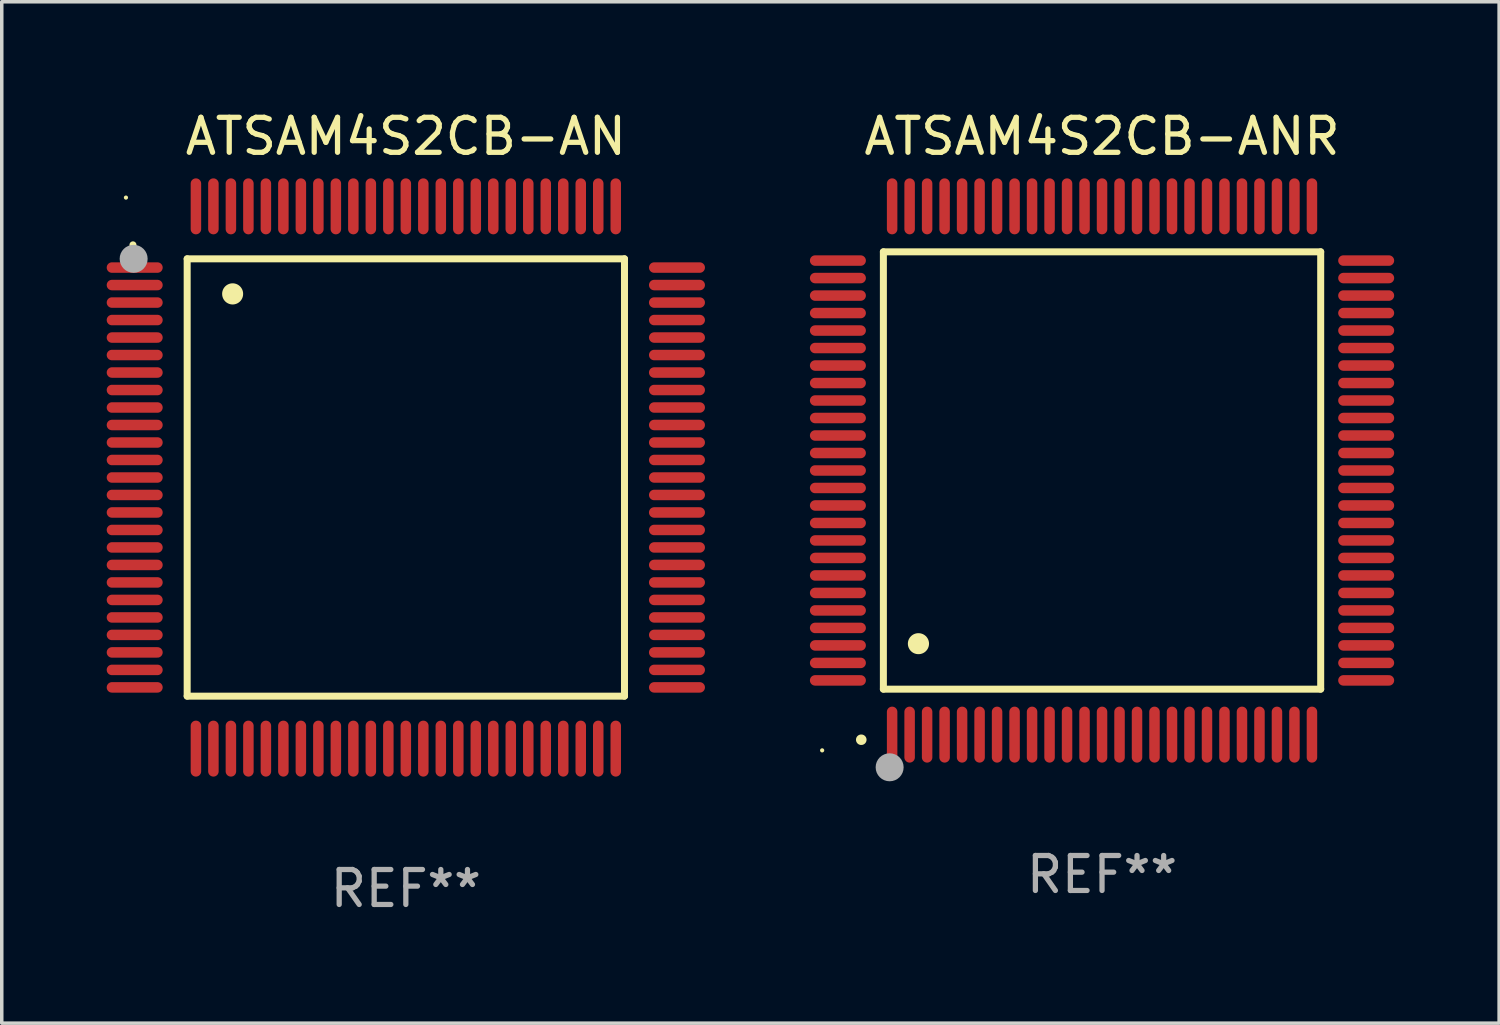
<source format=kicad_pcb>
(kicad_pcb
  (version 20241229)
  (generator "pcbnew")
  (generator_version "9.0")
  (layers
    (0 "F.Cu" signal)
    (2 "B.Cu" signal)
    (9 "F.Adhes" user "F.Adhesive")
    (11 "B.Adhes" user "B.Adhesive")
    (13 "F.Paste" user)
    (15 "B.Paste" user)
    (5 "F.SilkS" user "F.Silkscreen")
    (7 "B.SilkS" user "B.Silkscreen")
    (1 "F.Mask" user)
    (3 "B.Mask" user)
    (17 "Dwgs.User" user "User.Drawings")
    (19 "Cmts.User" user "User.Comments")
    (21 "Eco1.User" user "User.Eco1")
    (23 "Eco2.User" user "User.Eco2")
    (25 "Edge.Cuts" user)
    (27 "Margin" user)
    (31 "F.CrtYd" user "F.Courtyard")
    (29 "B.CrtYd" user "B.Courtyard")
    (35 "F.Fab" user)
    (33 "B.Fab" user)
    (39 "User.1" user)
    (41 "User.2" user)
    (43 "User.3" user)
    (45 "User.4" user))
  (footprint "ATSAM4S2CB-AN"
    (layer "F.Cu")
    (at 8.55 10.598)
    (property "Reference" "ATSAM4S2CB-AN" (at 0 -9.75 0) (layer "F.SilkS") (effects (font (size 1 1) (thickness 0.15))))
    (attr through_hole)
    (fp_line (start -6.25 -6.25) (end -6.25 6.25) (stroke (width 0.2) (type solid)) (layer "F.SilkS"))
    (fp_line (start -6.25 6.25) (end 6.25 6.25) (stroke (width 0.2) (type solid)) (layer "F.SilkS"))
    (fp_line (start 6.25 -6.25) (end -6.25 -6.25) (stroke (width 0.2) (type solid)) (layer "F.SilkS"))
    (fp_line (start 6.25 6.25) (end 6.25 -6.25) (stroke (width 0.2) (type solid)) (layer "F.SilkS"))
    (fp_arc (start -7.799568 -6.647625) (mid -7.799571 -6.648463) (end -7.799568 -6.649301) (stroke (width 0.2) (type solid)) (layer "F.SilkS"))
    (fp_arc (start -4.95047 -5.245111) (mid -4.950481 -5.247651) (end -4.95047 -5.250191) (stroke (width 0.6) (type solid)) (layer "F.SilkS"))
    (fp_circle (center -8 -8) (end -7.97 -8) (stroke (width 0.06) (type solid)) (fill no) (layer "F.SilkS"))
    (fp_circle (center -7.78 -6.25) (end -7.58 -6.25) (stroke (width 0.4) (type solid)) (fill no) (layer "F.Fab"))
    (fp_text user "REF**" (at 0 11.75 0) (layer "F.Fab") (effects (font (size 1 1) (thickness 0.15))))
    (pad "1" smd oval (at -7.75 -6 90) (size 0.3 1.6) (layers "F.Cu" "F.Mask" "F.Paste"))
    (pad "2" smd oval (at -7.75 -5.5 90) (size 0.3 1.6) (layers "F.Cu" "F.Mask" "F.Paste"))
    (pad "3" smd oval (at -7.75 -5 90) (size 0.3 1.6) (layers "F.Cu" "F.Mask" "F.Paste"))
    (pad "4" smd oval (at -7.75 -4.5 90) (size 0.3 1.6) (layers "F.Cu" "F.Mask" "F.Paste"))
    (pad "5" smd oval (at -7.75 -4 90) (size 0.3 1.6) (layers "F.Cu" "F.Mask" "F.Paste"))
    (pad "6" smd oval (at -7.75 -3.5 90) (size 0.3 1.6) (layers "F.Cu" "F.Mask" "F.Paste"))
    (pad "7" smd oval (at -7.75 -3 90) (size 0.3 1.6) (layers "F.Cu" "F.Mask" "F.Paste"))
    (pad "8" smd oval (at -7.75 -2.5 90) (size 0.3 1.6) (layers "F.Cu" "F.Mask" "F.Paste"))
    (pad "9" smd oval (at -7.75 -2 90) (size 0.3 1.6) (layers "F.Cu" "F.Mask" "F.Paste"))
    (pad "10" smd oval (at -7.75 -1.5 90) (size 0.3 1.6) (layers "F.Cu" "F.Mask" "F.Paste"))
    (pad "11" smd oval (at -7.75 -1 90) (size 0.3 1.6) (layers "F.Cu" "F.Mask" "F.Paste"))
    (pad "12" smd oval (at -7.75 -0.5 90) (size 0.3 1.6) (layers "F.Cu" "F.Mask" "F.Paste"))
    (pad "13" smd oval (at -7.75 0 90) (size 0.3 1.6) (layers "F.Cu" "F.Mask" "F.Paste"))
    (pad "14" smd oval (at -7.75 0.5 90) (size 0.3 1.6) (layers "F.Cu" "F.Mask" "F.Paste"))
    (pad "15" smd oval (at -7.75 1 90) (size 0.3 1.6) (layers "F.Cu" "F.Mask" "F.Paste"))
    (pad "16" smd oval (at -7.75 1.5 90) (size 0.3 1.6) (layers "F.Cu" "F.Mask" "F.Paste"))
    (pad "17" smd oval (at -7.75 2 90) (size 0.3 1.6) (layers "F.Cu" "F.Mask" "F.Paste"))
    (pad "18" smd oval (at -7.75 2.5 90) (size 0.3 1.6) (layers "F.Cu" "F.Mask" "F.Paste"))
    (pad "19" smd oval (at -7.75 3 90) (size 0.3 1.6) (layers "F.Cu" "F.Mask" "F.Paste"))
    (pad "20" smd oval (at -7.75 3.5 90) (size 0.3 1.6) (layers "F.Cu" "F.Mask" "F.Paste"))
    (pad "21" smd oval (at -7.75 4 90) (size 0.3 1.6) (layers "F.Cu" "F.Mask" "F.Paste"))
    (pad "22" smd oval (at -7.75 4.5 90) (size 0.3 1.6) (layers "F.Cu" "F.Mask" "F.Paste"))
    (pad "23" smd oval (at -7.75 5 90) (size 0.3 1.6) (layers "F.Cu" "F.Mask" "F.Paste"))
    (pad "24" smd oval (at -7.75 5.5 90) (size 0.3 1.6) (layers "F.Cu" "F.Mask" "F.Paste"))
    (pad "25" smd oval (at -7.75 6 90) (size 0.3 1.6) (layers "F.Cu" "F.Mask" "F.Paste"))
    (pad "26" smd oval (at -6 7.75) (size 0.3 1.6) (layers "F.Cu" "F.Mask" "F.Paste"))
    (pad "27" smd oval (at -5.5 7.75) (size 0.3 1.6) (layers "F.Cu" "F.Mask" "F.Paste"))
    (pad "28" smd oval (at -5 7.75) (size 0.3 1.6) (layers "F.Cu" "F.Mask" "F.Paste"))
    (pad "29" smd oval (at -4.5 7.75) (size 0.3 1.6) (layers "F.Cu" "F.Mask" "F.Paste"))
    (pad "30" smd oval (at -4 7.75) (size 0.3 1.6) (layers "F.Cu" "F.Mask" "F.Paste"))
    (pad "31" smd oval (at -3.5 7.75) (size 0.3 1.6) (layers "F.Cu" "F.Mask" "F.Paste"))
    (pad "32" smd oval (at -3 7.75) (size 0.3 1.6) (layers "F.Cu" "F.Mask" "F.Paste"))
    (pad "33" smd oval (at -2.5 7.75) (size 0.3 1.6) (layers "F.Cu" "F.Mask" "F.Paste"))
    (pad "34" smd oval (at -2 7.75) (size 0.3 1.6) (layers "F.Cu" "F.Mask" "F.Paste"))
    (pad "35" smd oval (at -1.5 7.75) (size 0.3 1.6) (layers "F.Cu" "F.Mask" "F.Paste"))
    (pad "36" smd oval (at -1 7.75) (size 0.3 1.6) (layers "F.Cu" "F.Mask" "F.Paste"))
    (pad "37" smd oval (at -0.5 7.75) (size 0.3 1.6) (layers "F.Cu" "F.Mask" "F.Paste"))
    (pad "38" smd oval (at 0 7.75) (size 0.3 1.6) (layers "F.Cu" "F.Mask" "F.Paste"))
    (pad "39" smd oval (at 0.5 7.75) (size 0.3 1.6) (layers "F.Cu" "F.Mask" "F.Paste"))
    (pad "40" smd oval (at 1 7.75) (size 0.3 1.6) (layers "F.Cu" "F.Mask" "F.Paste"))
    (pad "41" smd oval (at 1.5 7.75) (size 0.3 1.6) (layers "F.Cu" "F.Mask" "F.Paste"))
    (pad "42" smd oval (at 2 7.75) (size 0.3 1.6) (layers "F.Cu" "F.Mask" "F.Paste"))
    (pad "43" smd oval (at 2.5 7.75) (size 0.3 1.6) (layers "F.Cu" "F.Mask" "F.Paste"))
    (pad "44" smd oval (at 3 7.75) (size 0.3 1.6) (layers "F.Cu" "F.Mask" "F.Paste"))
    (pad "45" smd oval (at 3.5 7.75) (size 0.3 1.6) (layers "F.Cu" "F.Mask" "F.Paste"))
    (pad "46" smd oval (at 4 7.75) (size 0.3 1.6) (layers "F.Cu" "F.Mask" "F.Paste"))
    (pad "47" smd oval (at 4.5 7.75) (size 0.3 1.6) (layers "F.Cu" "F.Mask" "F.Paste"))
    (pad "48" smd oval (at 5 7.75) (size 0.3 1.6) (layers "F.Cu" "F.Mask" "F.Paste"))
    (pad "49" smd oval (at 5.5 7.75) (size 0.3 1.6) (layers "F.Cu" "F.Mask" "F.Paste"))
    (pad "50" smd oval (at 6 7.75) (size 0.3 1.6) (layers "F.Cu" "F.Mask" "F.Paste"))
    (pad "51" smd oval (at 7.75 6 90) (size 0.3 1.6) (layers "F.Cu" "F.Mask" "F.Paste"))
    (pad "52" smd oval (at 7.75 5.5 90) (size 0.3 1.6) (layers "F.Cu" "F.Mask" "F.Paste"))
    (pad "53" smd oval (at 7.75 5 90) (size 0.3 1.6) (layers "F.Cu" "F.Mask" "F.Paste"))
    (pad "54" smd oval (at 7.75 4.5 90) (size 0.3 1.6) (layers "F.Cu" "F.Mask" "F.Paste"))
    (pad "55" smd oval (at 7.75 4 90) (size 0.3 1.6) (layers "F.Cu" "F.Mask" "F.Paste"))
    (pad "56" smd oval (at 7.75 3.5 90) (size 0.3 1.6) (layers "F.Cu" "F.Mask" "F.Paste"))
    (pad "57" smd oval (at 7.75 3 90) (size 0.3 1.6) (layers "F.Cu" "F.Mask" "F.Paste"))
    (pad "58" smd oval (at 7.75 2.5 90) (size 0.3 1.6) (layers "F.Cu" "F.Mask" "F.Paste"))
    (pad "59" smd oval (at 7.75 2 90) (size 0.3 1.6) (layers "F.Cu" "F.Mask" "F.Paste"))
    (pad "60" smd oval (at 7.75 1.5 90) (size 0.3 1.6) (layers "F.Cu" "F.Mask" "F.Paste"))
    (pad "61" smd oval (at 7.75 1 90) (size 0.3 1.6) (layers "F.Cu" "F.Mask" "F.Paste"))
    (pad "62" smd oval (at 7.75 0.5 90) (size 0.3 1.6) (layers "F.Cu" "F.Mask" "F.Paste"))
    (pad "63" smd oval (at 7.75 0 90) (size 0.3 1.6) (layers "F.Cu" "F.Mask" "F.Paste"))
    (pad "64" smd oval (at 7.75 -0.5 90) (size 0.3 1.6) (layers "F.Cu" "F.Mask" "F.Paste"))
    (pad "65" smd oval (at 7.75 -1 90) (size 0.3 1.6) (layers "F.Cu" "F.Mask" "F.Paste"))
    (pad "66" smd oval (at 7.75 -1.5 90) (size 0.3 1.6) (layers "F.Cu" "F.Mask" "F.Paste"))
    (pad "67" smd oval (at 7.75 -2 90) (size 0.3 1.6) (layers "F.Cu" "F.Mask" "F.Paste"))
    (pad "68" smd oval (at 7.75 -2.5 90) (size 0.3 1.6) (layers "F.Cu" "F.Mask" "F.Paste"))
    (pad "69" smd oval (at 7.75 -3 90) (size 0.3 1.6) (layers "F.Cu" "F.Mask" "F.Paste"))
    (pad "70" smd oval (at 7.75 -3.5 90) (size 0.3 1.6) (layers "F.Cu" "F.Mask" "F.Paste"))
    (pad "71" smd oval (at 7.75 -4 90) (size 0.3 1.6) (layers "F.Cu" "F.Mask" "F.Paste"))
    (pad "72" smd oval (at 7.75 -4.5 90) (size 0.3 1.6) (layers "F.Cu" "F.Mask" "F.Paste"))
    (pad "73" smd oval (at 7.75 -5 90) (size 0.3 1.6) (layers "F.Cu" "F.Mask" "F.Paste"))
    (pad "74" smd oval (at 7.75 -5.5 90) (size 0.3 1.6) (layers "F.Cu" "F.Mask" "F.Paste"))
    (pad "75" smd oval (at 7.75 -6 90) (size 0.3 1.6) (layers "F.Cu" "F.Mask" "F.Paste"))
    (pad "76" smd oval (at 6 -7.75) (size 0.3 1.6) (layers "F.Cu" "F.Mask" "F.Paste"))
    (pad "77" smd oval (at 5.5 -7.75) (size 0.3 1.6) (layers "F.Cu" "F.Mask" "F.Paste"))
    (pad "78" smd oval (at 5 -7.75) (size 0.3 1.6) (layers "F.Cu" "F.Mask" "F.Paste"))
    (pad "79" smd oval (at 4.5 -7.75) (size 0.3 1.6) (layers "F.Cu" "F.Mask" "F.Paste"))
    (pad "80" smd oval (at 4 -7.75) (size 0.3 1.6) (layers "F.Cu" "F.Mask" "F.Paste"))
    (pad "81" smd oval (at 3.5 -7.75) (size 0.3 1.6) (layers "F.Cu" "F.Mask" "F.Paste"))
    (pad "82" smd oval (at 3 -7.75) (size 0.3 1.6) (layers "F.Cu" "F.Mask" "F.Paste"))
    (pad "83" smd oval (at 2.5 -7.75) (size 0.3 1.6) (layers "F.Cu" "F.Mask" "F.Paste"))
    (pad "84" smd oval (at 2 -7.75) (size 0.3 1.6) (layers "F.Cu" "F.Mask" "F.Paste"))
    (pad "85" smd oval (at 1.5 -7.75) (size 0.3 1.6) (layers "F.Cu" "F.Mask" "F.Paste"))
    (pad "86" smd oval (at 1 -7.75) (size 0.3 1.6) (layers "F.Cu" "F.Mask" "F.Paste"))
    (pad "87" smd oval (at 0.5 -7.75) (size 0.3 1.6) (layers "F.Cu" "F.Mask" "F.Paste"))
    (pad "88" smd oval (at 0 -7.75) (size 0.3 1.6) (layers "F.Cu" "F.Mask" "F.Paste"))
    (pad "89" smd oval (at -0.5 -7.75) (size 0.3 1.6) (layers "F.Cu" "F.Mask" "F.Paste"))
    (pad "90" smd oval (at -1 -7.75) (size 0.3 1.6) (layers "F.Cu" "F.Mask" "F.Paste"))
    (pad "91" smd oval (at -1.5 -7.75) (size 0.3 1.6) (layers "F.Cu" "F.Mask" "F.Paste"))
    (pad "92" smd oval (at -2 -7.75) (size 0.3 1.6) (layers "F.Cu" "F.Mask" "F.Paste"))
    (pad "93" smd oval (at -2.5 -7.75) (size 0.3 1.6) (layers "F.Cu" "F.Mask" "F.Paste"))
    (pad "94" smd oval (at -3 -7.75) (size 0.3 1.6) (layers "F.Cu" "F.Mask" "F.Paste"))
    (pad "95" smd oval (at -3.5 -7.75) (size 0.3 1.6) (layers "F.Cu" "F.Mask" "F.Paste"))
    (pad "96" smd oval (at -4 -7.75) (size 0.3 1.6) (layers "F.Cu" "F.Mask" "F.Paste"))
    (pad "97" smd oval (at -4.5 -7.75) (size 0.3 1.6) (layers "F.Cu" "F.Mask" "F.Paste"))
    (pad "98" smd oval (at -5 -7.75) (size 0.3 1.6) (layers "F.Cu" "F.Mask" "F.Paste"))
    (pad "99" smd oval (at -5.5 -7.75) (size 0.3 1.6) (layers "F.Cu" "F.Mask" "F.Paste"))
    (pad "100" smd oval (at -6 -7.75) (size 0.3 1.6) (layers "F.Cu" "F.Mask" "F.Paste")))
  (footprint "ATSAM4S2CB-ANR"
    (layer "F.Cu")
    (at 28.45 10.398)
    (property "Reference" "ATSAM4S2CB-ANR" (at 0 -9.55 0) (layer "F.SilkS") (effects (font (size 1 1) (thickness 0.15))))
    (attr through_hole)
    (fp_line (start -6.25 -6.25) (end -6.25 6.25) (stroke (width 0.2) (type solid)) (layer "F.SilkS"))
    (fp_line (start -6.25 6.25) (end 6.25 6.25) (stroke (width 0.2) (type solid)) (layer "F.SilkS"))
    (fp_line (start 6.25 -6.25) (end -6.25 -6.25) (stroke (width 0.2) (type solid)) (layer "F.SilkS"))
    (fp_line (start 6.25 6.25) (end 6.25 -6.25) (stroke (width 0.2) (type solid)) (layer "F.SilkS"))
    (fp_arc (start -6.883414 7.696215) (mid -6.882144 7.69621) (end -6.880874 7.696215) (stroke (width 0.3) (type solid)) (layer "F.SilkS"))
    (fp_arc (start -5.250191 4.95047) (mid -5.247651 4.950459) (end -5.245111 4.95047) (stroke (width 0.6) (type solid)) (layer "F.SilkS"))
    (fp_circle (center -8 8) (end -7.97 8) (stroke (width 0.06) (type solid)) (fill no) (layer "F.SilkS"))
    (fp_circle (center -6.071 8.484) (end -5.871 8.484) (stroke (width 0.4) (type solid)) (fill no) (layer "F.Fab"))
    (fp_text user "REF**" (at 0 11.55 0) (layer "F.Fab") (effects (font (size 1 1) (thickness 0.15))))
    (pad "1" smd oval (at -6 7.55) (size 0.3 1.6) (layers "F.Cu" "F.Mask" "F.Paste"))
    (pad "2" smd oval (at -5.5 7.55) (size 0.3 1.6) (layers "F.Cu" "F.Mask" "F.Paste"))
    (pad "3" smd oval (at -5 7.55) (size 0.3 1.6) (layers "F.Cu" "F.Mask" "F.Paste"))
    (pad "4" smd oval (at -4.5 7.55) (size 0.3 1.6) (layers "F.Cu" "F.Mask" "F.Paste"))
    (pad "5" smd oval (at -4 7.55) (size 0.3 1.6) (layers "F.Cu" "F.Mask" "F.Paste"))
    (pad "6" smd oval (at -3.5 7.55) (size 0.3 1.6) (layers "F.Cu" "F.Mask" "F.Paste"))
    (pad "7" smd oval (at -3 7.55) (size 0.3 1.6) (layers "F.Cu" "F.Mask" "F.Paste"))
    (pad "8" smd oval (at -2.5 7.55) (size 0.3 1.6) (layers "F.Cu" "F.Mask" "F.Paste"))
    (pad "9" smd oval (at -2 7.55) (size 0.3 1.6) (layers "F.Cu" "F.Mask" "F.Paste"))
    (pad "10" smd oval (at -1.5 7.55) (size 0.3 1.6) (layers "F.Cu" "F.Mask" "F.Paste"))
    (pad "11" smd oval (at -1 7.55) (size 0.3 1.6) (layers "F.Cu" "F.Mask" "F.Paste"))
    (pad "12" smd oval (at -0.5 7.55) (size 0.3 1.6) (layers "F.Cu" "F.Mask" "F.Paste"))
    (pad "13" smd oval (at 0 7.55) (size 0.3 1.6) (layers "F.Cu" "F.Mask" "F.Paste"))
    (pad "14" smd oval (at 0.5 7.55) (size 0.3 1.6) (layers "F.Cu" "F.Mask" "F.Paste"))
    (pad "15" smd oval (at 1 7.55) (size 0.3 1.6) (layers "F.Cu" "F.Mask" "F.Paste"))
    (pad "16" smd oval (at 1.5 7.55) (size 0.3 1.6) (layers "F.Cu" "F.Mask" "F.Paste"))
    (pad "17" smd oval (at 2 7.55) (size 0.3 1.6) (layers "F.Cu" "F.Mask" "F.Paste"))
    (pad "18" smd oval (at 2.5 7.55) (size 0.3 1.6) (layers "F.Cu" "F.Mask" "F.Paste"))
    (pad "19" smd oval (at 3 7.55) (size 0.3 1.6) (layers "F.Cu" "F.Mask" "F.Paste"))
    (pad "20" smd oval (at 3.5 7.55) (size 0.3 1.6) (layers "F.Cu" "F.Mask" "F.Paste"))
    (pad "21" smd oval (at 4 7.55) (size 0.3 1.6) (layers "F.Cu" "F.Mask" "F.Paste"))
    (pad "22" smd oval (at 4.5 7.55) (size 0.3 1.6) (layers "F.Cu" "F.Mask" "F.Paste"))
    (pad "23" smd oval (at 5 7.55) (size 0.3 1.6) (layers "F.Cu" "F.Mask" "F.Paste"))
    (pad "24" smd oval (at 5.5 7.55) (size 0.3 1.6) (layers "F.Cu" "F.Mask" "F.Paste"))
    (pad "25" smd oval (at 6 7.55) (size 0.3 1.6) (layers "F.Cu" "F.Mask" "F.Paste"))
    (pad "26" smd oval (at 7.55 6) (size 1.6 0.3) (layers "F.Cu" "F.Mask" "F.Paste"))
    (pad "27" smd oval (at 7.55 5.5) (size 1.6 0.3) (layers "F.Cu" "F.Mask" "F.Paste"))
    (pad "28" smd oval (at 7.55 5) (size 1.6 0.3) (layers "F.Cu" "F.Mask" "F.Paste"))
    (pad "29" smd oval (at 7.55 4.5) (size 1.6 0.3) (layers "F.Cu" "F.Mask" "F.Paste"))
    (pad "30" smd oval (at 7.55 4) (size 1.6 0.3) (layers "F.Cu" "F.Mask" "F.Paste"))
    (pad "31" smd oval (at 7.55 3.5) (size 1.6 0.3) (layers "F.Cu" "F.Mask" "F.Paste"))
    (pad "32" smd oval (at 7.55 3) (size 1.6 0.3) (layers "F.Cu" "F.Mask" "F.Paste"))
    (pad "33" smd oval (at 7.55 2.5) (size 1.6 0.3) (layers "F.Cu" "F.Mask" "F.Paste"))
    (pad "34" smd oval (at 7.55 2) (size 1.6 0.3) (layers "F.Cu" "F.Mask" "F.Paste"))
    (pad "35" smd oval (at 7.55 1.5) (size 1.6 0.3) (layers "F.Cu" "F.Mask" "F.Paste"))
    (pad "36" smd oval (at 7.55 1) (size 1.6 0.3) (layers "F.Cu" "F.Mask" "F.Paste"))
    (pad "37" smd oval (at 7.55 0.5) (size 1.6 0.3) (layers "F.Cu" "F.Mask" "F.Paste"))
    (pad "38" smd oval (at 7.55 0) (size 1.6 0.3) (layers "F.Cu" "F.Mask" "F.Paste"))
    (pad "39" smd oval (at 7.55 -0.5) (size 1.6 0.3) (layers "F.Cu" "F.Mask" "F.Paste"))
    (pad "40" smd oval (at 7.55 -1) (size 1.6 0.3) (layers "F.Cu" "F.Mask" "F.Paste"))
    (pad "41" smd oval (at 7.55 -1.5) (size 1.6 0.3) (layers "F.Cu" "F.Mask" "F.Paste"))
    (pad "42" smd oval (at 7.55 -2) (size 1.6 0.3) (layers "F.Cu" "F.Mask" "F.Paste"))
    (pad "43" smd oval (at 7.55 -2.5) (size 1.6 0.3) (layers "F.Cu" "F.Mask" "F.Paste"))
    (pad "44" smd oval (at 7.55 -3) (size 1.6 0.3) (layers "F.Cu" "F.Mask" "F.Paste"))
    (pad "45" smd oval (at 7.55 -3.5) (size 1.6 0.3) (layers "F.Cu" "F.Mask" "F.Paste"))
    (pad "46" smd oval (at 7.55 -4) (size 1.6 0.3) (layers "F.Cu" "F.Mask" "F.Paste"))
    (pad "47" smd oval (at 7.55 -4.5) (size 1.6 0.3) (layers "F.Cu" "F.Mask" "F.Paste"))
    (pad "48" smd oval (at 7.55 -5) (size 1.6 0.3) (layers "F.Cu" "F.Mask" "F.Paste"))
    (pad "49" smd oval (at 7.55 -5.5) (size 1.6 0.3) (layers "F.Cu" "F.Mask" "F.Paste"))
    (pad "50" smd oval (at 7.55 -6) (size 1.6 0.3) (layers "F.Cu" "F.Mask" "F.Paste"))
    (pad "51" smd oval (at 6 -7.55) (size 0.3 1.6) (layers "F.Cu" "F.Mask" "F.Paste"))
    (pad "52" smd oval (at 5.5 -7.55) (size 0.3 1.6) (layers "F.Cu" "F.Mask" "F.Paste"))
    (pad "53" smd oval (at 5 -7.55) (size 0.3 1.6) (layers "F.Cu" "F.Mask" "F.Paste"))
    (pad "54" smd oval (at 4.5 -7.55) (size 0.3 1.6) (layers "F.Cu" "F.Mask" "F.Paste"))
    (pad "55" smd oval (at 4 -7.55) (size 0.3 1.6) (layers "F.Cu" "F.Mask" "F.Paste"))
    (pad "56" smd oval (at 3.5 -7.55) (size 0.3 1.6) (layers "F.Cu" "F.Mask" "F.Paste"))
    (pad "57" smd oval (at 3 -7.55) (size 0.3 1.6) (layers "F.Cu" "F.Mask" "F.Paste"))
    (pad "58" smd oval (at 2.5 -7.55) (size 0.3 1.6) (layers "F.Cu" "F.Mask" "F.Paste"))
    (pad "59" smd oval (at 2 -7.55) (size 0.3 1.6) (layers "F.Cu" "F.Mask" "F.Paste"))
    (pad "60" smd oval (at 1.5 -7.55) (size 0.3 1.6) (layers "F.Cu" "F.Mask" "F.Paste"))
    (pad "61" smd oval (at 1 -7.55) (size 0.3 1.6) (layers "F.Cu" "F.Mask" "F.Paste"))
    (pad "62" smd oval (at 0.5 -7.55) (size 0.3 1.6) (layers "F.Cu" "F.Mask" "F.Paste"))
    (pad "63" smd oval (at 0 -7.55) (size 0.3 1.6) (layers "F.Cu" "F.Mask" "F.Paste"))
    (pad "64" smd oval (at -0.5 -7.55) (size 0.3 1.6) (layers "F.Cu" "F.Mask" "F.Paste"))
    (pad "65" smd oval (at -1 -7.55) (size 0.3 1.6) (layers "F.Cu" "F.Mask" "F.Paste"))
    (pad "66" smd oval (at -1.5 -7.55) (size 0.3 1.6) (layers "F.Cu" "F.Mask" "F.Paste"))
    (pad "67" smd oval (at -2 -7.55) (size 0.3 1.6) (layers "F.Cu" "F.Mask" "F.Paste"))
    (pad "68" smd oval (at -2.5 -7.55) (size 0.3 1.6) (layers "F.Cu" "F.Mask" "F.Paste"))
    (pad "69" smd oval (at -3 -7.55) (size 0.3 1.6) (layers "F.Cu" "F.Mask" "F.Paste"))
    (pad "70" smd oval (at -3.5 -7.55) (size 0.3 1.6) (layers "F.Cu" "F.Mask" "F.Paste"))
    (pad "71" smd oval (at -4 -7.55) (size 0.3 1.6) (layers "F.Cu" "F.Mask" "F.Paste"))
    (pad "72" smd oval (at -4.5 -7.55) (size 0.3 1.6) (layers "F.Cu" "F.Mask" "F.Paste"))
    (pad "73" smd oval (at -5 -7.55) (size 0.3 1.6) (layers "F.Cu" "F.Mask" "F.Paste"))
    (pad "74" smd oval (at -5.5 -7.55) (size 0.3 1.6) (layers "F.Cu" "F.Mask" "F.Paste"))
    (pad "75" smd oval (at -6 -7.55) (size 0.3 1.6) (layers "F.Cu" "F.Mask" "F.Paste"))
    (pad "76" smd oval (at -7.55 -6) (size 1.6 0.3) (layers "F.Cu" "F.Mask" "F.Paste"))
    (pad "77" smd oval (at -7.55 -5.5) (size 1.6 0.3) (layers "F.Cu" "F.Mask" "F.Paste"))
    (pad "78" smd oval (at -7.55 -5) (size 1.6 0.3) (layers "F.Cu" "F.Mask" "F.Paste"))
    (pad "79" smd oval (at -7.55 -4.5) (size 1.6 0.3) (layers "F.Cu" "F.Mask" "F.Paste"))
    (pad "80" smd oval (at -7.55 -4) (size 1.6 0.3) (layers "F.Cu" "F.Mask" "F.Paste"))
    (pad "81" smd oval (at -7.55 -3.5) (size 1.6 0.3) (layers "F.Cu" "F.Mask" "F.Paste"))
    (pad "82" smd oval (at -7.55 -3) (size 1.6 0.3) (layers "F.Cu" "F.Mask" "F.Paste"))
    (pad "83" smd oval (at -7.55 -2.5) (size 1.6 0.3) (layers "F.Cu" "F.Mask" "F.Paste"))
    (pad "84" smd oval (at -7.55 -2) (size 1.6 0.3) (layers "F.Cu" "F.Mask" "F.Paste"))
    (pad "85" smd oval (at -7.55 -1.5) (size 1.6 0.3) (layers "F.Cu" "F.Mask" "F.Paste"))
    (pad "86" smd oval (at -7.55 -1) (size 1.6 0.3) (layers "F.Cu" "F.Mask" "F.Paste"))
    (pad "87" smd oval (at -7.55 -0.5) (size 1.6 0.3) (layers "F.Cu" "F.Mask" "F.Paste"))
    (pad "88" smd oval (at -7.55 0) (size 1.6 0.3) (layers "F.Cu" "F.Mask" "F.Paste"))
    (pad "89" smd oval (at -7.55 0.5) (size 1.6 0.3) (layers "F.Cu" "F.Mask" "F.Paste"))
    (pad "90" smd oval (at -7.55 1) (size 1.6 0.3) (layers "F.Cu" "F.Mask" "F.Paste"))
    (pad "91" smd oval (at -7.55 1.5) (size 1.6 0.3) (layers "F.Cu" "F.Mask" "F.Paste"))
    (pad "92" smd oval (at -7.55 2) (size 1.6 0.3) (layers "F.Cu" "F.Mask" "F.Paste"))
    (pad "93" smd oval (at -7.55 2.5) (size 1.6 0.3) (layers "F.Cu" "F.Mask" "F.Paste"))
    (pad "94" smd oval (at -7.55 3) (size 1.6 0.3) (layers "F.Cu" "F.Mask" "F.Paste"))
    (pad "95" smd oval (at -7.55 3.5) (size 1.6 0.3) (layers "F.Cu" "F.Mask" "F.Paste"))
    (pad "96" smd oval (at -7.55 4) (size 1.6 0.3) (layers "F.Cu" "F.Mask" "F.Paste"))
    (pad "97" smd oval (at -7.55 4.5) (size 1.6 0.3) (layers "F.Cu" "F.Mask" "F.Paste"))
    (pad "98" smd oval (at -7.55 5) (size 1.6 0.3) (layers "F.Cu" "F.Mask" "F.Paste"))
    (pad "99" smd oval (at -7.55 5.5) (size 1.6 0.3) (layers "F.Cu" "F.Mask" "F.Paste"))
    (pad "100" smd oval (at -7.55 6) (size 1.6 0.3) (layers "F.Cu" "F.Mask" "F.Paste")))
  (gr_rect
    (start -3 -3)
    (end 39.8 26.196)
    (stroke (width 0.1) (type default))
    (fill no)
    (layer "Edge.Cuts")))
</source>
